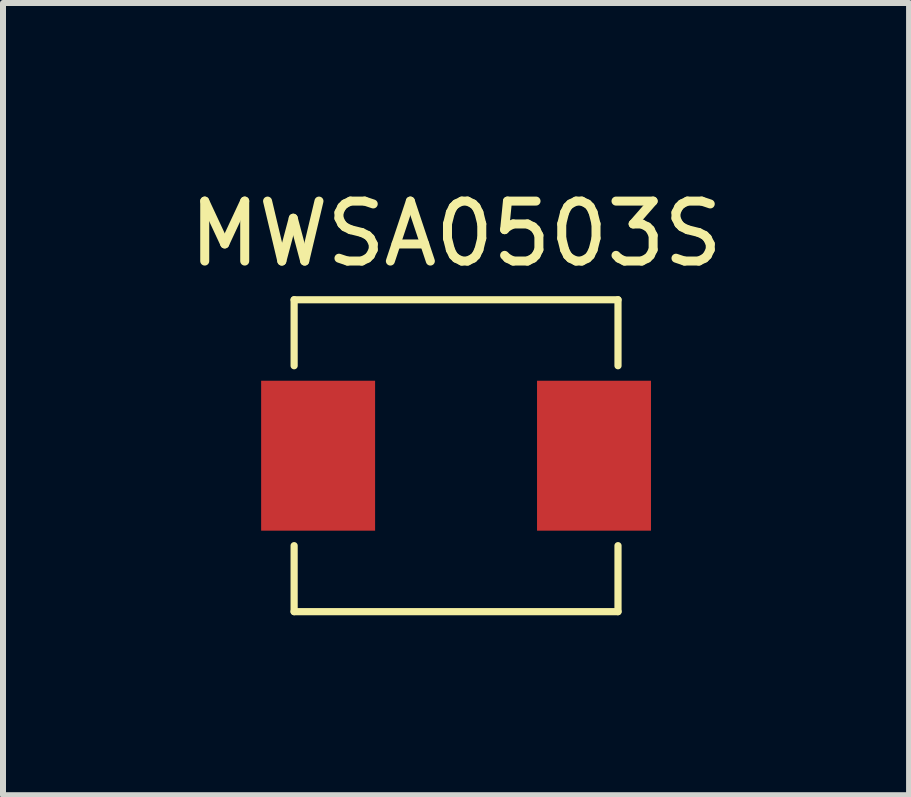
<source format=kicad_pcb>
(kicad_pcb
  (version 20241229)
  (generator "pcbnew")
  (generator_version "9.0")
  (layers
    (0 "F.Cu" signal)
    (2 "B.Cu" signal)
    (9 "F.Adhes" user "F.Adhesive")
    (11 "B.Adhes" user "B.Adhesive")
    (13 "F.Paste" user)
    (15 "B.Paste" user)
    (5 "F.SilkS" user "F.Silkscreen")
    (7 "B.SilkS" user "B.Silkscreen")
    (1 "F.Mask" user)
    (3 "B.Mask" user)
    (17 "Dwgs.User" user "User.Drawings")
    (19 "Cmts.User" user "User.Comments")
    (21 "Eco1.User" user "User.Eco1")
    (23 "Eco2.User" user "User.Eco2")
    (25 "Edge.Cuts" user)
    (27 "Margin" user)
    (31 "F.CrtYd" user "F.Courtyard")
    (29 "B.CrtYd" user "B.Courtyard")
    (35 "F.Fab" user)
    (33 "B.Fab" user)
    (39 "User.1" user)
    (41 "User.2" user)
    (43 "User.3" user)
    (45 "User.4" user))
  (footprint "MWSA0503S"
    (layer "F.Cu")
    (at 4.554 4.548)
    (property "Reference" "MWSA0503S" (at 0 -3.7 0) (layer "F.SilkS") (effects (font (size 1 1) (thickness 0.15))))
    (attr through_hole)
    (fp_line (start -2.7 -2.6) (end -2.7 -1.5) (stroke (width 0.12) (type solid)) (layer "F.SilkS"))
    (fp_line (start -2.7 -2.6) (end 2.7 -2.6) (stroke (width 0.12) (type solid)) (layer "F.SilkS"))
    (fp_line (start -2.7 2.6) (end -2.7 1.5) (stroke (width 0.12) (type solid)) (layer "F.SilkS"))
    (fp_line (start -2.7 2.6) (end 2.7 2.6) (stroke (width 0.12) (type solid)) (layer "F.SilkS"))
    (fp_line (start 2.7 -2.6) (end 2.7 -1.5) (stroke (width 0.12) (type solid)) (layer "F.SilkS"))
    (fp_line (start 2.7 2.6) (end 2.7 1.5) (stroke (width 0.12) (type solid)) (layer "F.SilkS"))
    (pad "1" smd rect (at 2.3 0) (size 1.9 2.5) (layers "F.Cu" "F.Mask" "F.Paste"))
    (pad "2" smd rect (at -2.3 0) (size 1.9 2.5) (layers "F.Cu" "F.Mask" "F.Paste")))
  (gr_rect
    (start -3 -3)
    (end 12.107 10.208)
    (stroke (width 0.1) (type default))
    (fill no)
    (layer "Edge.Cuts")))
</source>
